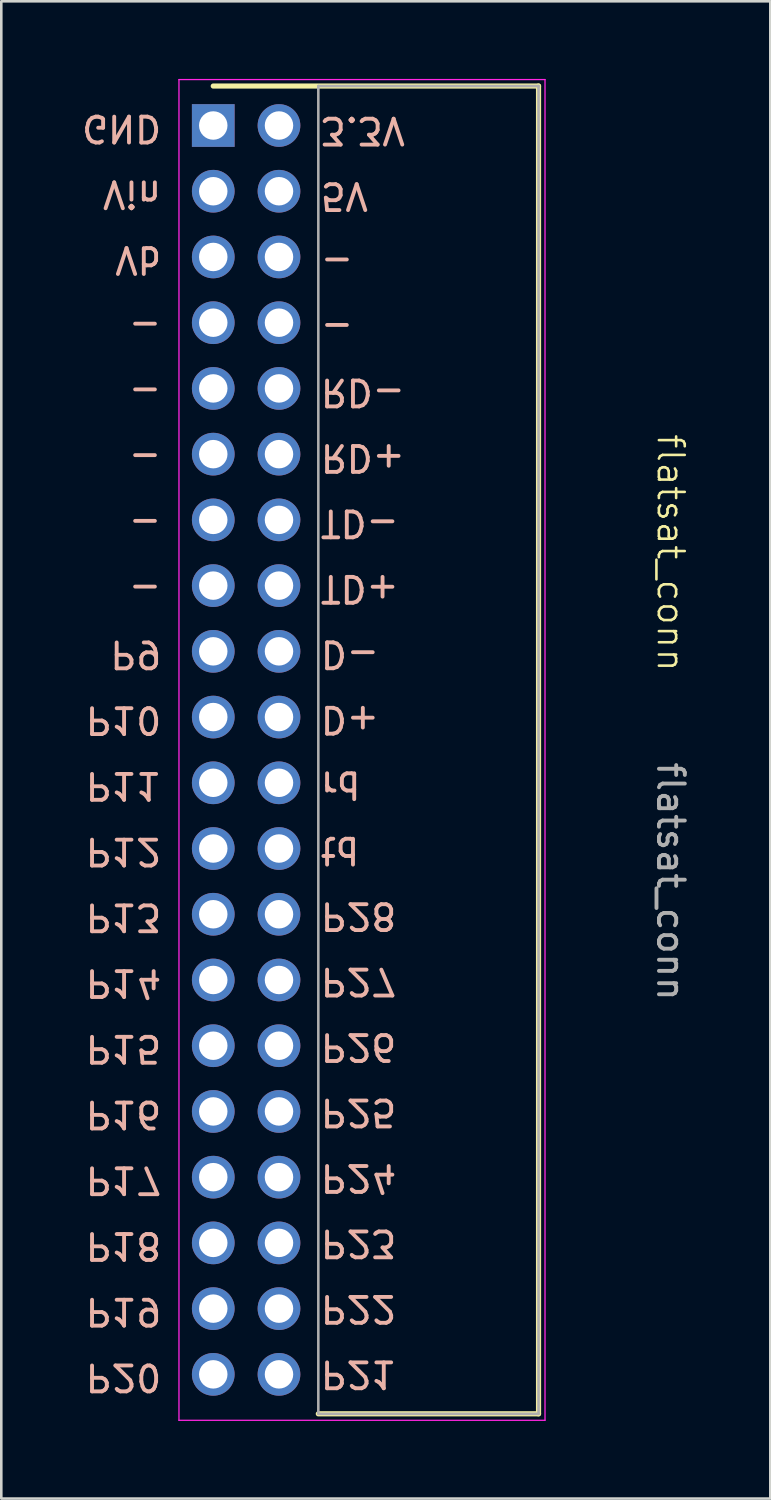
<source format=kicad_pcb>
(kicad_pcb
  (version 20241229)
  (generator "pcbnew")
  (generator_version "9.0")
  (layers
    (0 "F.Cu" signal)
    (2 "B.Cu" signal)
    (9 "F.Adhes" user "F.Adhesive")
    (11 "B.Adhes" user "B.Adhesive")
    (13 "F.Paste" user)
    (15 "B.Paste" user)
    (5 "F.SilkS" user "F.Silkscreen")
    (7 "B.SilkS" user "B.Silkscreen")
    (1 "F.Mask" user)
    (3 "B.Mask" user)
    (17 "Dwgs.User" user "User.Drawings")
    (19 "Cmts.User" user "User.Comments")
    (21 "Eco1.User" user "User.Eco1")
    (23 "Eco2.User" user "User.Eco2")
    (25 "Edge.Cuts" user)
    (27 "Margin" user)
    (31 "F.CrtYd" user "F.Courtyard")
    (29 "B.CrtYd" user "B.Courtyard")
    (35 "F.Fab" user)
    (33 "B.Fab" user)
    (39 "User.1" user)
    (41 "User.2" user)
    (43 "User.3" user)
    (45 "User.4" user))
  (footprint "flatsat_conn"
    (layer "F.Cu")
    (at 18.008 25.937)
    (property "Reference" "flatsat_conn" (at 4.861 -7.622 270) (unlocked yes) (layer "F.SilkS") (effects (font (size 1 1) (thickness 0.1))))
    (attr through_hole)
    (fp_line (start -12.817 -25.662) (end -0.247 -25.662) (stroke (width 0.2) (type solid)) (layer "F.SilkS"))
    (fp_line (start -0.247 25.648) (end -8.757 25.648) (stroke (width 0.2) (type solid)) (layer "F.SilkS"))
    (fp_line (start -0.247 25.648) (end -0.247 -25.662) (stroke (width 0.2) (type solid)) (layer "F.SilkS"))
    (fp_line (start -14.142 -25.912) (end -14.142 25.898) (stroke (width 0.05) (type solid)) (layer "F.CrtYd"))
    (fp_line (start -14.142 25.898) (end 0.003 25.898) (stroke (width 0.05) (type solid)) (layer "F.CrtYd"))
    (fp_line (start 0.003 -25.912) (end -14.142 -25.912) (stroke (width 0.05) (type solid)) (layer "F.CrtYd"))
    (fp_line (start 0.003 -25.912) (end 0.003 25.898) (stroke (width 0.05) (type solid)) (layer "F.CrtYd"))
    (fp_line (start -8.757 -25.662) (end -8.757 25.648) (stroke (width 0.1) (type solid)) (layer "F.Fab"))
    (fp_line (start -8.757 25.648) (end -0.247 25.648) (stroke (width 0.1) (type solid)) (layer "F.Fab"))
    (fp_line (start -0.247 -25.662) (end -8.757 -25.662) (stroke (width 0.1) (type solid)) (layer "F.Fab"))
    (fp_line (start -0.247 -25.662) (end -0.247 25.648) (stroke (width 0.1) (type solid)) (layer "F.Fab"))
    (fp_text user "P20" (at -16.287 24.235 180) (unlocked yes) (layer "B.SilkS") (effects (font (size 1 1) (thickness 0.15)) (justify mirror)))
    (fp_text user "-" (at -15.454 -8.785 180) (unlocked yes) (layer "B.SilkS") (effects (font (size 1 1) (thickness 0.15)) (justify mirror)))
    (fp_text user "P18" (at -16.287 19.155 180) (unlocked yes) (layer "B.SilkS") (effects (font (size 1 1) (thickness 0.15)) (justify mirror)))
    (fp_text user "P23" (at -7.204 19.056 180) (unlocked yes) (layer "B.SilkS") (effects (font (size 1 1) (thickness 0.15)) (justify mirror)))
    (fp_text user "P27" (at -7.204 8.938 180) (unlocked yes) (layer "B.SilkS") (effects (font (size 1 1) (thickness 0.15)) (justify mirror)))
    (fp_text user "-" (at -15.454 -16.405 180) (unlocked yes) (layer "B.SilkS") (effects (font (size 1 1) (thickness 0.15)) (justify mirror)))
    (fp_text user "P16" (at -16.287 14.075 180) (unlocked yes) (layer "B.SilkS") (effects (font (size 1 1) (thickness 0.15)) (justify mirror)))
    (fp_text user "D-" (at -7.537 -3.709 180) (unlocked yes) (layer "B.SilkS") (effects (font (size 1 1) (thickness 0.15)) (justify mirror)))
    (fp_text user "P13" (at -16.287 6.455 180) (unlocked yes) (layer "B.SilkS") (effects (font (size 1 1) (thickness 0.15)) (justify mirror)))
    (fp_text user "-" (at -15.454 -6.245 180) (unlocked yes) (layer "B.SilkS") (effects (font (size 1 1) (thickness 0.15)) (justify mirror)))
    (fp_text user "RD+" (at -7.037 -11.297 180) (unlocked yes) (layer "B.SilkS") (effects (font (size 1 1) (thickness 0.15)) (justify mirror)))
    (fp_text user "P11" (at -16.287 1.375 180) (unlocked yes) (layer "B.SilkS") (effects (font (size 1 1) (thickness 0.15)) (justify mirror)))
    (fp_text user "P10" (at -16.287 -1.165 180) (unlocked yes) (layer "B.SilkS") (effects (font (size 1 1) (thickness 0.15)) (justify mirror)))
    (fp_text user "P19" (at -16.287 21.695 180) (unlocked yes) (layer "B.SilkS") (effects (font (size 1 1) (thickness 0.15)) (justify mirror)))
    (fp_text user "P12" (at -16.287 3.915 180) (unlocked yes) (layer "B.SilkS") (effects (font (size 1 1) (thickness 0.15)) (justify mirror)))
    (fp_text user "GND" (at -16.359 -24.025 180) (unlocked yes) (layer "B.SilkS") (effects (font (size 1 1) (thickness 0.15)) (justify mirror)))
    (fp_text user "Vb" (at -15.716 -18.945 180) (unlocked yes) (layer "B.SilkS") (effects (font (size 1 1) (thickness 0.15)) (justify mirror)))
    (fp_text user "5V" (at -7.752 -21.415 180) (unlocked yes) (layer "B.SilkS") (effects (font (size 1 1) (thickness 0.15)) (justify mirror)))
    (fp_text user "P21" (at -7.204 24.115 180) (unlocked yes) (layer "B.SilkS") (effects (font (size 1 1) (thickness 0.15)) (justify mirror)))
    (fp_text user "P25" (at -7.204 13.997 180) (unlocked yes) (layer "B.SilkS") (effects (font (size 1 1) (thickness 0.15)) (justify mirror)))
    (fp_text user "rd" (at -7.894 1.35 180) (unlocked yes) (layer "B.SilkS") (effects (font (size 1 1) (thickness 0.15)) (justify mirror)))
    (fp_text user "-" (at -8.037 -18.886 180) (unlocked yes) (layer "B.SilkS") (effects (font (size 1 1) (thickness 0.15)) (justify mirror)))
    (fp_text user "-" (at -8.037 -16.356 180) (unlocked yes) (layer "B.SilkS") (effects (font (size 1 1) (thickness 0.15)) (justify mirror)))
    (fp_text user "td" (at -7.918 3.879 180) (unlocked yes) (layer "B.SilkS") (effects (font (size 1 1) (thickness 0.15)) (justify mirror)))
    (fp_text user "P14" (at -16.287 8.995 180) (unlocked yes) (layer "B.SilkS") (effects (font (size 1 1) (thickness 0.15)) (justify mirror)))
    (fp_text user "-" (at -15.454 -13.865 180) (unlocked yes) (layer "B.SilkS") (effects (font (size 1 1) (thickness 0.15)) (justify mirror)))
    (fp_text user "Vin" (at -15.954 -21.485 180) (unlocked yes) (layer "B.SilkS") (effects (font (size 1 1) (thickness 0.15)) (justify mirror)))
    (fp_text user "P17" (at -16.287 16.615 180) (unlocked yes) (layer "B.SilkS") (effects (font (size 1 1) (thickness 0.15)) (justify mirror)))
    (fp_text user "P9" (at -15.811 -3.705 180) (unlocked yes) (layer "B.SilkS") (effects (font (size 1 1) (thickness 0.15)) (justify mirror)))
    (fp_text user "D+" (at -7.537 -1.18 180) (unlocked yes) (layer "B.SilkS") (effects (font (size 1 1) (thickness 0.15)) (justify mirror)))
    (fp_text user "-" (at -15.454 -11.325 180) (unlocked yes) (layer "B.SilkS") (effects (font (size 1 1) (thickness 0.15)) (justify mirror)))
    (fp_text user "TD-" (at -7.156 -8.768 180) (unlocked yes) (layer "B.SilkS") (effects (font (size 1 1) (thickness 0.15)) (justify mirror)))
    (fp_text user "P22" (at -7.204 21.586 180) (unlocked yes) (layer "B.SilkS") (effects (font (size 1 1) (thickness 0.15)) (justify mirror)))
    (fp_text user "P26" (at -7.204 11.468 180) (unlocked yes) (layer "B.SilkS") (effects (font (size 1 1) (thickness 0.15)) (justify mirror)))
    (fp_text user "RD-" (at -7.037 -13.827 180) (unlocked yes) (layer "B.SilkS") (effects (font (size 1 1) (thickness 0.15)) (justify mirror)))
    (fp_text user "P28" (at -7.204 6.409 180) (unlocked yes) (layer "B.SilkS") (effects (font (size 1 1) (thickness 0.15)) (justify mirror)))
    (fp_text user "P15" (at -16.287 11.535 180) (unlocked yes) (layer "B.SilkS") (effects (font (size 1 1) (thickness 0.15)) (justify mirror)))
    (fp_text user "3.3V" (at -7.037 -23.945 180) (unlocked yes) (layer "B.SilkS") (effects (font (size 1 1) (thickness 0.15)) (justify mirror)))
    (fp_text user "P24" (at -7.204 16.527 180) (unlocked yes) (layer "B.SilkS") (effects (font (size 1 1) (thickness 0.15)) (justify mirror)))
    (fp_text user "TD+" (at -7.156 -6.239 180) (unlocked yes) (layer "B.SilkS") (effects (font (size 1 1) (thickness 0.15)) (justify mirror)))
    (fp_text user "${REFERENCE}" (at 4.861 5.078 270) (unlocked yes) (layer "F.Fab") (effects (font (size 1 1) (thickness 0.15))))
    (pad "1" thru_hole rect (at -12.817 -24.137 90) (size 1.65 1.65) (drill 1.1) (layers "*.Cu" "*.Mask"))
    (pad "2" thru_hole circle (at -10.277 -24.137 90) (size 1.65 1.65) (drill 1.1) (layers "*.Cu" "*.Mask"))
    (pad "3" thru_hole circle (at -12.817 -21.597 90) (size 1.65 1.65) (drill 1.1) (layers "*.Cu" "*.Mask"))
    (pad "4" thru_hole circle (at -10.277 -21.597 90) (size 1.65 1.65) (drill 1.1) (layers "*.Cu" "*.Mask"))
    (pad "5" thru_hole circle (at -12.817 -19.057 90) (size 1.65 1.65) (drill 1.1) (layers "*.Cu" "*.Mask"))
    (pad "6" thru_hole circle (at -10.277 -19.057 90) (size 1.65 1.65) (drill 1.1) (layers "*.Cu" "*.Mask"))
    (pad "7" thru_hole circle (at -12.817 -16.517 90) (size 1.65 1.65) (drill 1.1) (layers "*.Cu" "*.Mask"))
    (pad "8" thru_hole circle (at -10.277 -16.517 90) (size 1.65 1.65) (drill 1.1) (layers "*.Cu" "*.Mask"))
    (pad "9" thru_hole circle (at -12.817 -13.977 90) (size 1.65 1.65) (drill 1.1) (layers "*.Cu" "*.Mask"))
    (pad "10" thru_hole circle (at -10.277 -13.977 90) (size 1.65 1.65) (drill 1.1) (layers "*.Cu" "*.Mask"))
    (pad "11" thru_hole circle (at -12.817 -11.437 90) (size 1.65 1.65) (drill 1.1) (layers "*.Cu" "*.Mask"))
    (pad "12" thru_hole circle (at -10.277 -11.437 90) (size 1.65 1.65) (drill 1.1) (layers "*.Cu" "*.Mask"))
    (pad "13" thru_hole circle (at -12.817 -8.897 90) (size 1.65 1.65) (drill 1.1) (layers "*.Cu" "*.Mask"))
    (pad "14" thru_hole circle (at -10.277 -8.897 90) (size 1.65 1.65) (drill 1.1) (layers "*.Cu" "*.Mask"))
    (pad "15" thru_hole circle (at -12.817 -6.357 90) (size 1.65 1.65) (drill 1.1) (layers "*.Cu" "*.Mask"))
    (pad "16" thru_hole circle (at -10.277 -6.357 90) (size 1.65 1.65) (drill 1.1) (layers "*.Cu" "*.Mask"))
    (pad "17" thru_hole circle (at -12.817 -3.817 90) (size 1.65 1.65) (drill 1.1) (layers "*.Cu" "*.Mask"))
    (pad "18" thru_hole circle (at -10.277 -3.817 90) (size 1.65 1.65) (drill 1.1) (layers "*.Cu" "*.Mask"))
    (pad "19" thru_hole circle (at -12.817 -1.277 90) (size 1.65 1.65) (drill 1.1) (layers "*.Cu" "*.Mask"))
    (pad "20" thru_hole circle (at -10.277 -1.277 90) (size 1.65 1.65) (drill 1.1) (layers "*.Cu" "*.Mask"))
    (pad "21" thru_hole circle (at -12.817 1.263 90) (size 1.65 1.65) (drill 1.1) (layers "*.Cu" "*.Mask"))
    (pad "22" thru_hole circle (at -10.277 1.263 90) (size 1.65 1.65) (drill 1.1) (layers "*.Cu" "*.Mask"))
    (pad "23" thru_hole circle (at -12.817 3.803 90) (size 1.65 1.65) (drill 1.1) (layers "*.Cu" "*.Mask"))
    (pad "24" thru_hole circle (at -10.277 3.803 90) (size 1.65 1.65) (drill 1.1) (layers "*.Cu" "*.Mask"))
    (pad "25" thru_hole circle (at -12.817 6.343 90) (size 1.65 1.65) (drill 1.1) (layers "*.Cu" "*.Mask"))
    (pad "26" thru_hole circle (at -10.277 6.343 90) (size 1.65 1.65) (drill 1.1) (layers "*.Cu" "*.Mask"))
    (pad "27" thru_hole circle (at -12.817 8.883 90) (size 1.65 1.65) (drill 1.1) (layers "*.Cu" "*.Mask"))
    (pad "28" thru_hole circle (at -10.277 8.883 90) (size 1.65 1.65) (drill 1.1) (layers "*.Cu" "*.Mask"))
    (pad "29" thru_hole circle (at -12.817 11.423 90) (size 1.65 1.65) (drill 1.1) (layers "*.Cu" "*.Mask"))
    (pad "30" thru_hole circle (at -10.277 11.423 90) (size 1.65 1.65) (drill 1.1) (layers "*.Cu" "*.Mask"))
    (pad "31" thru_hole circle (at -12.817 13.963 90) (size 1.65 1.65) (drill 1.1) (layers "*.Cu" "*.Mask"))
    (pad "32" thru_hole circle (at -10.277 13.963 90) (size 1.65 1.65) (drill 1.1) (layers "*.Cu" "*.Mask"))
    (pad "33" thru_hole circle (at -12.817 16.503 90) (size 1.65 1.65) (drill 1.1) (layers "*.Cu" "*.Mask"))
    (pad "34" thru_hole circle (at -10.277 16.503 90) (size 1.65 1.65) (drill 1.1) (layers "*.Cu" "*.Mask"))
    (pad "35" thru_hole circle (at -12.817 19.043 90) (size 1.65 1.65) (drill 1.1) (layers "*.Cu" "*.Mask"))
    (pad "36" thru_hole circle (at -10.277 19.043 90) (size 1.65 1.65) (drill 1.1) (layers "*.Cu" "*.Mask"))
    (pad "37" thru_hole circle (at -12.817 21.583 90) (size 1.65 1.65) (drill 1.1) (layers "*.Cu" "*.Mask"))
    (pad "38" thru_hole circle (at -10.277 21.583 90) (size 1.65 1.65) (drill 1.1) (layers "*.Cu" "*.Mask"))
    (pad "39" thru_hole circle (at -12.817 24.123 90) (size 1.65 1.65) (drill 1.1) (layers "*.Cu" "*.Mask"))
    (pad "40" thru_hole circle (at -10.277 24.123 90) (size 1.65 1.65) (drill 1.1) (layers "*.Cu" "*.Mask")))
  (gr_rect
    (start -3 -3)
    (end 26.717 54.86)
    (stroke (width 0.1) (type default))
    (fill no)
    (layer "Edge.Cuts")))
</source>
